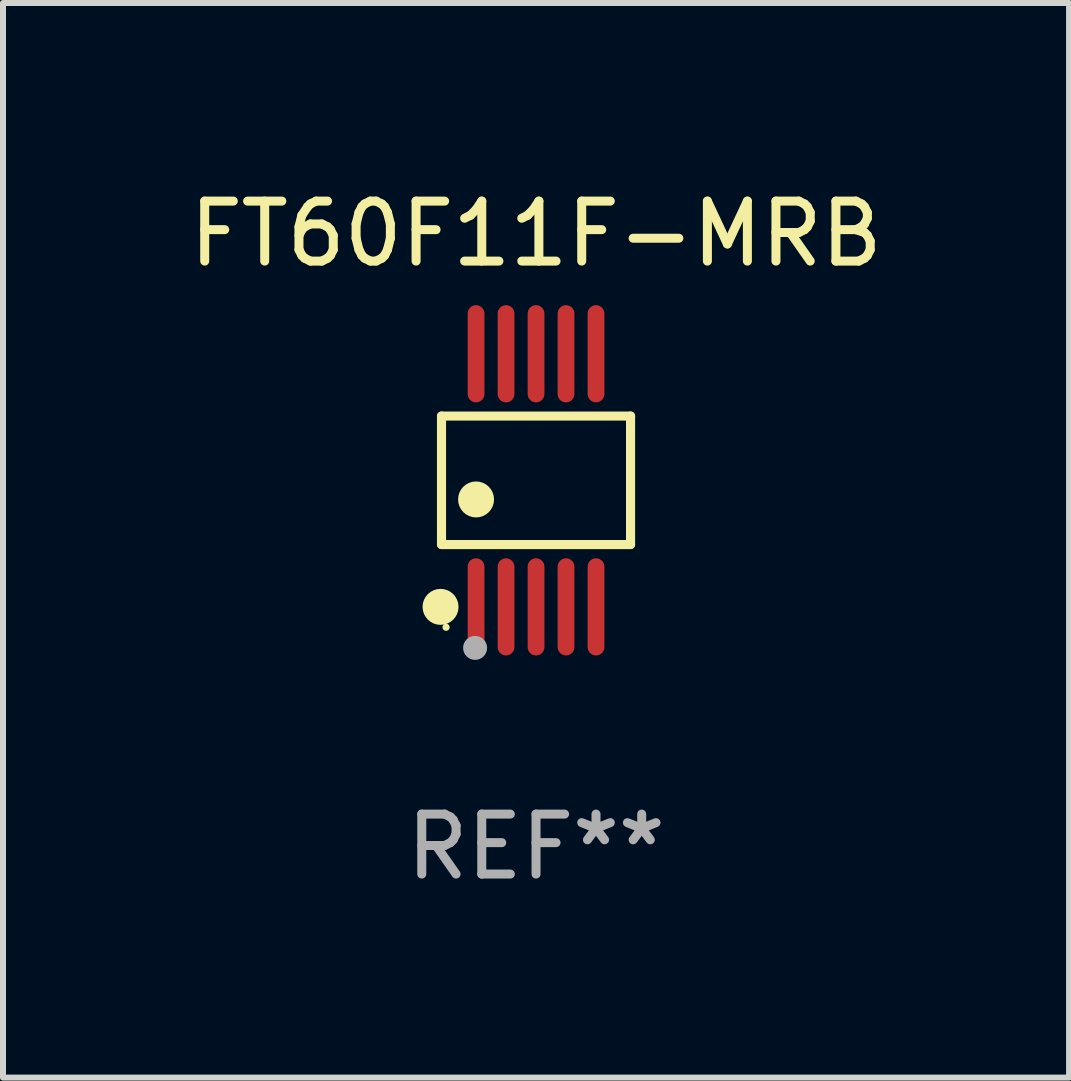
<source format=kicad_pcb>
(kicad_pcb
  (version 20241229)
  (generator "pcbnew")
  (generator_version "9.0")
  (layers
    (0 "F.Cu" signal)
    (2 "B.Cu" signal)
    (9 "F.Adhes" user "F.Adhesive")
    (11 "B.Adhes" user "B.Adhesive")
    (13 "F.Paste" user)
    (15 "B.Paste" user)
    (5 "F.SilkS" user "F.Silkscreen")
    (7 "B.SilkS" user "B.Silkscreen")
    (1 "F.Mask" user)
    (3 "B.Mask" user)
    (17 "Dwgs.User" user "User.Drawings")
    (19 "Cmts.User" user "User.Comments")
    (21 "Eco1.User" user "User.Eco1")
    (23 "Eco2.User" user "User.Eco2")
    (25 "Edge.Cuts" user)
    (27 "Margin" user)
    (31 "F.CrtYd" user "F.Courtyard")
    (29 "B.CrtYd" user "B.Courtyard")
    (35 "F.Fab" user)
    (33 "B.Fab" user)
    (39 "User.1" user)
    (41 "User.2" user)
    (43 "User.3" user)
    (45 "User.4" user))
  (footprint "FT60F11F-MRB"
    (layer "F.Cu")
    (at 5.887 4.958)
    (property "Reference" "FT60F11F-MRB" (at 0 -4.11 0) (layer "F.SilkS") (effects (font (size 1 1) (thickness 0.15))))
    (attr through_hole)
    (fp_line (start -1.576 -1.071) (end 1.576 -1.071) (stroke (width 0.152) (type solid)) (layer "F.SilkS"))
    (fp_line (start -1.576 1.071) (end -1.576 -1.071) (stroke (width 0.152) (type solid)) (layer "F.SilkS"))
    (fp_line (start 1.576 -1.071) (end 1.576 1.071) (stroke (width 0.152) (type solid)) (layer "F.SilkS"))
    (fp_line (start 1.576 1.071) (end -1.576 1.071) (stroke (width 0.152) (type solid)) (layer "F.SilkS"))
    (fp_circle (center -1.592 2.11) (end -1.442 2.11) (stroke (width 0.3) (type solid)) (fill no) (layer "F.SilkS"))
    (fp_circle (center -1.5 2.45) (end -1.47 2.45) (stroke (width 0.06) (type solid)) (fill no) (layer "F.SilkS"))
    (fp_circle (center -1 0.319) (end -0.85 0.319) (stroke (width 0.3) (type solid)) (fill no) (layer "F.SilkS"))
    (fp_circle (center -1.016 2.794) (end -0.916 2.794) (stroke (width 0.2) (type solid)) (fill no) (layer "F.Fab"))
    (fp_text user "REF**" (at 0 6.11 0) (layer "F.Fab") (effects (font (size 1 1) (thickness 0.15))))
    (pad "1" smd oval (at -1 2.11) (size 0.28 1.62) (layers "F.Cu" "F.Mask" "F.Paste"))
    (pad "2" smd oval (at -0.5 2.11) (size 0.28 1.62) (layers "F.Cu" "F.Mask" "F.Paste"))
    (pad "3" smd oval (at 0 2.11) (size 0.28 1.62) (layers "F.Cu" "F.Mask" "F.Paste"))
    (pad "4" smd oval (at 0.5 2.11) (size 0.28 1.62) (layers "F.Cu" "F.Mask" "F.Paste"))
    (pad "5" smd oval (at 1 2.11) (size 0.28 1.62) (layers "F.Cu" "F.Mask" "F.Paste"))
    (pad "6" smd oval (at 1 -2.11) (size 0.28 1.62) (layers "F.Cu" "F.Mask" "F.Paste"))
    (pad "7" smd oval (at 0.5 -2.11) (size 0.28 1.62) (layers "F.Cu" "F.Mask" "F.Paste"))
    (pad "8" smd oval (at 0 -2.11) (size 0.28 1.62) (layers "F.Cu" "F.Mask" "F.Paste"))
    (pad "9" smd oval (at -0.5 -2.11) (size 0.28 1.62) (layers "F.Cu" "F.Mask" "F.Paste"))
    (pad "10" smd oval (at -1 -2.11) (size 0.28 1.62) (layers "F.Cu" "F.Mask" "F.Paste")))
  (gr_rect
    (start -3 -3)
    (end 14.774 14.916)
    (stroke (width 0.1) (type default))
    (fill no)
    (layer "Edge.Cuts")))
</source>
